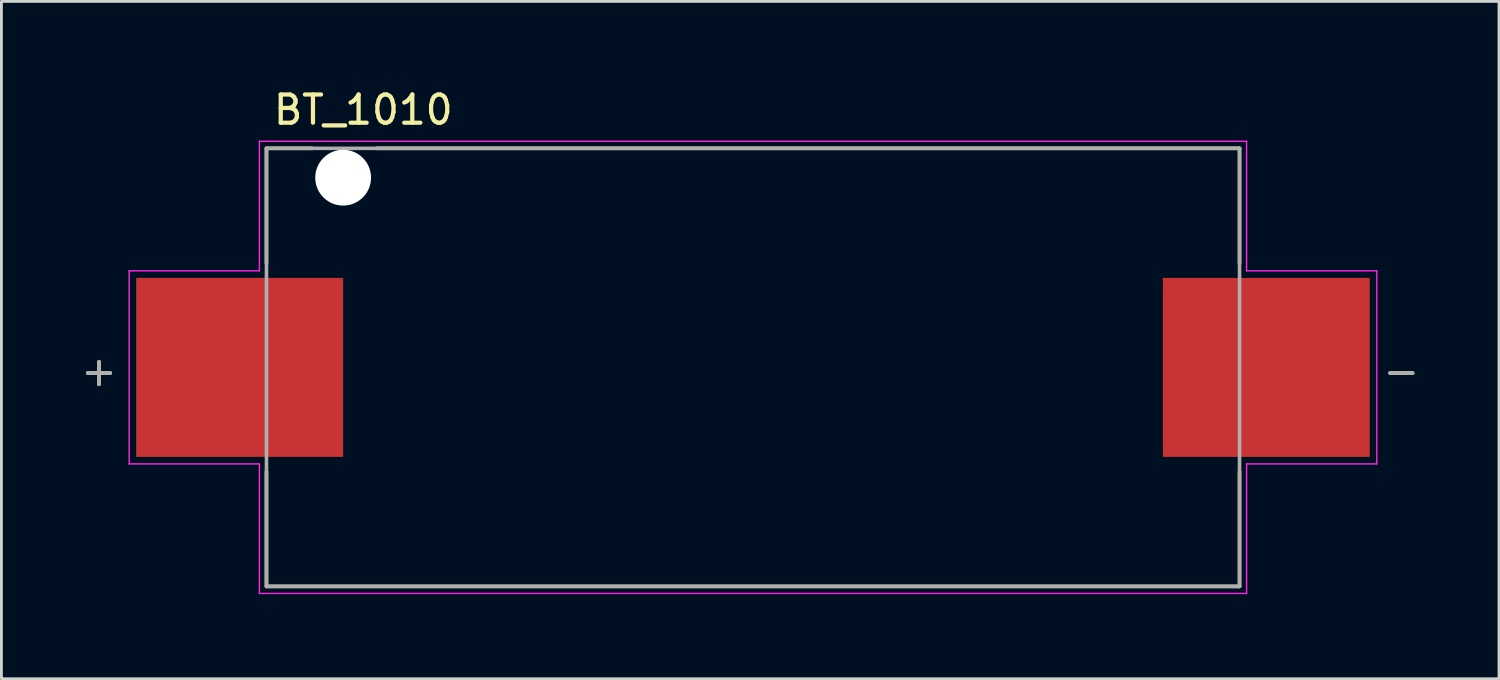
<source format=kicad_pcb>
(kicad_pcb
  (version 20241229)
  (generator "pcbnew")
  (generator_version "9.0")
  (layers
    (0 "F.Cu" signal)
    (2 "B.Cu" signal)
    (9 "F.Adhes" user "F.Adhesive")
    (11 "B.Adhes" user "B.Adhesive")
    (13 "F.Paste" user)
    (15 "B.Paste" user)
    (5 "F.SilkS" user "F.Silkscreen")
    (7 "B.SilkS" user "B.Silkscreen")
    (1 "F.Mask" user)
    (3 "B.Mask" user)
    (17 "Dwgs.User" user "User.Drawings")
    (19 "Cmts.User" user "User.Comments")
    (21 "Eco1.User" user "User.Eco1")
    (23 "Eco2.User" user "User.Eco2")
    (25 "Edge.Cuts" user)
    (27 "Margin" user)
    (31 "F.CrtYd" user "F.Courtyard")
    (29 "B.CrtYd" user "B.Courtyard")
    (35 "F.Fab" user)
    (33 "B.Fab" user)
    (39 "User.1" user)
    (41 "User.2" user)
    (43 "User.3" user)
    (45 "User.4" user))
  (footprint "BT_1010"
    (layer "F.Cu")
    (at 23.663 9.983)
    (property "Reference" "BT_1010" (at -13.825 -9.135 0) (layer "F.SilkS") (effects (font (size 1 1) (thickness 0.15))))
    (attr through_hole)
    (fp_line (start -23.6 0.2) (end -22.8 0.2) (stroke (width 0.127) (type solid)) (layer "F.SilkS"))
    (fp_line (start -23.2 -0.2) (end -23.2 0.6) (stroke (width 0.127) (type solid)) (layer "F.SilkS"))
    (fp_line (start -17.26 -7.77) (end -17.26 -3.7) (stroke (width 0.127) (type solid)) (layer "F.SilkS"))
    (fp_line (start -17.26 7.77) (end -17.26 3.7) (stroke (width 0.127) (type solid)) (layer "F.SilkS"))
    (fp_line (start -17.26 7.77) (end 17.26 7.77) (stroke (width 0.127) (type solid)) (layer "F.SilkS"))
    (fp_line (start -15.64 -7.77) (end -17.26 -7.77) (stroke (width 0.127) (type solid)) (layer "F.SilkS"))
    (fp_line (start 17.26 -7.77) (end -13.36 -7.77) (stroke (width 0.127) (type solid)) (layer "F.SilkS"))
    (fp_line (start 17.26 -7.77) (end 17.26 -3.7) (stroke (width 0.127) (type solid)) (layer "F.SilkS"))
    (fp_line (start 17.26 7.77) (end 17.26 3.7) (stroke (width 0.127) (type solid)) (layer "F.SilkS"))
    (fp_line (start 22.6 0.2) (end 23.4 0.2) (stroke (width 0.127) (type solid)) (layer "F.SilkS"))
    (fp_line (start -22.13 -3.425) (end -17.51 -3.425) (stroke (width 0.05) (type solid)) (layer "F.CrtYd"))
    (fp_line (start -22.13 3.425) (end -22.13 -3.425) (stroke (width 0.05) (type solid)) (layer "F.CrtYd"))
    (fp_line (start -17.51 -8.02) (end 17.51 -8.02) (stroke (width 0.05) (type solid)) (layer "F.CrtYd"))
    (fp_line (start -17.51 -3.425) (end -17.51 -8.02) (stroke (width 0.05) (type solid)) (layer "F.CrtYd"))
    (fp_line (start -17.51 3.425) (end -22.13 3.425) (stroke (width 0.05) (type solid)) (layer "F.CrtYd"))
    (fp_line (start -17.51 8.02) (end -17.51 3.425) (stroke (width 0.05) (type solid)) (layer "F.CrtYd"))
    (fp_line (start 17.51 -8.02) (end 17.51 -3.425) (stroke (width 0.05) (type solid)) (layer "F.CrtYd"))
    (fp_line (start 17.51 -3.425) (end 22.13 -3.425) (stroke (width 0.05) (type solid)) (layer "F.CrtYd"))
    (fp_line (start 17.51 3.425) (end 17.51 8.02) (stroke (width 0.05) (type solid)) (layer "F.CrtYd"))
    (fp_line (start 17.51 8.02) (end -17.51 8.02) (stroke (width 0.05) (type solid)) (layer "F.CrtYd"))
    (fp_line (start 22.13 -3.425) (end 22.13 3.425) (stroke (width 0.05) (type solid)) (layer "F.CrtYd"))
    (fp_line (start 22.13 3.425) (end 17.51 3.425) (stroke (width 0.05) (type solid)) (layer "F.CrtYd"))
    (fp_line (start -23.6 0.2) (end -22.8 0.2) (stroke (width 0.127) (type solid)) (layer "F.Fab"))
    (fp_line (start -23.2 -0.2) (end -23.2 0.6) (stroke (width 0.127) (type solid)) (layer "F.Fab"))
    (fp_line (start -17.26 -7.77) (end -17.26 7.77) (stroke (width 0.127) (type solid)) (layer "F.Fab"))
    (fp_line (start -17.26 7.77) (end 17.26 7.77) (stroke (width 0.127) (type solid)) (layer "F.Fab"))
    (fp_line (start 17.26 -7.77) (end -17.26 -7.77) (stroke (width 0.127) (type solid)) (layer "F.Fab"))
    (fp_line (start 17.26 7.77) (end 17.26 -7.77) (stroke (width 0.127) (type solid)) (layer "F.Fab"))
    (fp_line (start 22.6 0.2) (end 23.4 0.2) (stroke (width 0.127) (type solid)) (layer "F.Fab"))
    (pad "" np_thru_hole circle (at -14.54 -6.73) (size 1.98 1.98) (drill 1.98) (layers "*.Cu" "*.Mask"))
    (pad "+" smd rect (at -18.21 0) (size 7.34 6.35) (layers "F.Cu" "F.Mask" "F.Paste"))
    (pad "-" smd rect (at 18.21 0) (size 7.34 6.35) (layers "F.Cu" "F.Mask" "F.Paste")))
  (gr_rect
    (start -3 -3)
    (end 50.127 21.028)
    (stroke (width 0.1) (type default))
    (fill no)
    (layer "Edge.Cuts")))
</source>
